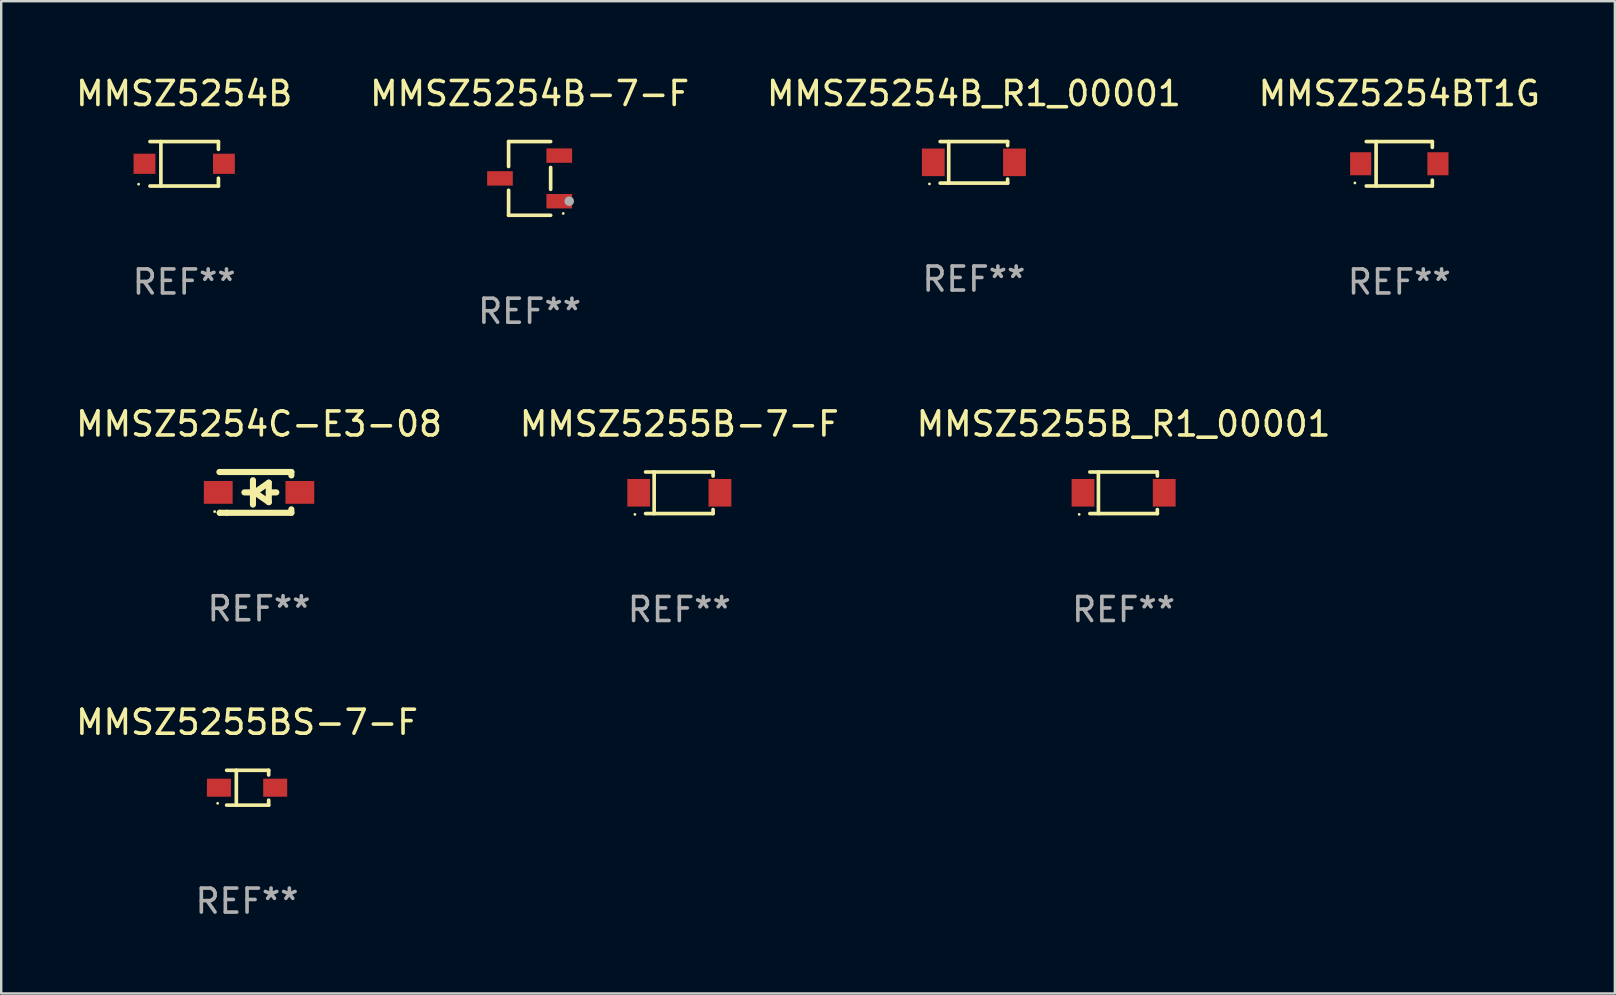
<source format=kicad_pcb>
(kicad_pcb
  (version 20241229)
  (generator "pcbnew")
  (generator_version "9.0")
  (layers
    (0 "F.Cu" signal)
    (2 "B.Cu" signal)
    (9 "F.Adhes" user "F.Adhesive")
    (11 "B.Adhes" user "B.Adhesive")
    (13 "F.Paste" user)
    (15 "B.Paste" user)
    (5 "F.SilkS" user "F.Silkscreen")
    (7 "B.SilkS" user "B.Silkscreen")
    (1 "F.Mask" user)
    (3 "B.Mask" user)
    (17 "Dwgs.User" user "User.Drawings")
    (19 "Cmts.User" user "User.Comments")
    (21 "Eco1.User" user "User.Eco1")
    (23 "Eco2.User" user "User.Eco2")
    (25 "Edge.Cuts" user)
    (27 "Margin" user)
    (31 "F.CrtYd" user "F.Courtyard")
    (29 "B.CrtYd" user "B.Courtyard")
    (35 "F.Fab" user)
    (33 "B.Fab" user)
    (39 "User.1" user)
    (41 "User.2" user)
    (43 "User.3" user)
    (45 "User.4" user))
  (footprint "MMSZ5254BT1G"
    (layer "F.Cu")
    (at 55.256 3.774)
    (property "Reference" "MMSZ5254BT1G" (at 0 -2.926 0) (layer "F.SilkS") (effects (font (size 1 1) (thickness 0.15))))
    (attr through_hole)
    (fp_line (start -1.376 -0.926) (end 1.376 -0.926) (stroke (width 0.152) (type solid)) (layer "F.SilkS"))
    (fp_line (start -1.376 0.926) (end 1.376 0.926) (stroke (width 0.152) (type solid)) (layer "F.SilkS"))
    (fp_line (start -0.967 -0.926) (end -0.967 0.926) (stroke (width 0.152) (type solid)) (layer "F.SilkS"))
    (fp_line (start 1.376 -0.926) (end 1.376 -0.683) (stroke (width 0.152) (type solid)) (layer "F.SilkS"))
    (fp_line (start 1.376 0.926) (end 1.376 0.683) (stroke (width 0.152) (type solid)) (layer "F.SilkS"))
    (fp_circle (center -1.85 0.8) (end -1.82 0.8) (stroke (width 0.06) (type solid)) (fill no) (layer "F.SilkS"))
    (fp_text user "REF**" (at 0 4.926 0) (layer "F.Fab") (effects (font (size 1 1) (thickness 0.15))))
    (pad "1" smd rect (at -1.61 -0.000076) (size 0.88 0.96) (layers "F.Cu" "F.Mask" "F.Paste"))
    (pad "2" smd rect (at 1.61 -0.000076) (size 0.88 0.96) (layers "F.Cu" "F.Mask" "F.Paste")))
  (footprint "MMSZ5254B"
    (layer "F.Cu")
    (at 4.625 3.775)
    (property "Reference" "MMSZ5254B" (at 0 -2.926 0) (layer "F.SilkS") (effects (font (size 1 1) (thickness 0.15))))
    (attr through_hole)
    (fp_line (start -1.426 0.926) (end 1.426 0.926) (stroke (width 0.152) (type solid)) (layer "F.SilkS"))
    (fp_line (start -1.426 -0.926) (end 1.426 -0.926) (stroke (width 0.152) (type solid)) (layer "F.SilkS"))
    (fp_line (start -0.971 0.926) (end -0.971 -0.926) (stroke (width 0.152) (type solid)) (layer "F.SilkS"))
    (fp_line (start 1.426 -0.926) (end 1.426 -0.6) (stroke (width 0.152) (type solid)) (layer "F.SilkS"))
    (fp_line (start 1.426 0.6) (end 1.426 0.926) (stroke (width 0.152) (type solid)) (layer "F.SilkS"))
    (fp_circle (center -1.9 0.85) (end -1.87 0.85) (stroke (width 0.06) (type solid)) (fill no) (layer "F.SilkS"))
    (fp_text user "REF**" (at 0 4.926 0) (layer "F.Fab") (effects (font (size 1 1) (thickness 0.15))))
    (pad "1" smd rect (at -1.655 -0.000064) (size 0.91 0.84) (layers "F.Cu" "F.Mask" "F.Paste"))
    (pad "2" smd rect (at 1.655 -0.000064) (size 0.91 0.84) (layers "F.Cu" "F.Mask" "F.Paste")))
  (footprint "MMSZ5255B_R1_00001"
    (layer "F.Cu")
    (at 43.768 17.483)
    (property "Reference" "MMSZ5255B_R1_00001" (at 0 -2.866 0) (layer "F.SilkS") (effects (font (size 1 1) (thickness 0.15))))
    (attr through_hole)
    (fp_line (start -1.406 -0.866) (end 1.406 -0.866) (stroke (width 0.152) (type solid)) (layer "F.SilkS"))
    (fp_line (start -1.406 0.866) (end 1.406 0.866) (stroke (width 0.152) (type solid)) (layer "F.SilkS"))
    (fp_line (start -1.049 -0.866) (end -1.049 0.866) (stroke (width 0.152) (type solid)) (layer "F.SilkS"))
    (fp_line (start 1.406 -0.866) (end 1.406 -0.698) (stroke (width 0.152) (type solid)) (layer "F.SilkS"))
    (fp_line (start 1.406 0.866) (end 1.406 0.698) (stroke (width 0.152) (type solid)) (layer "F.SilkS"))
    (fp_circle (center -1.851 0.9) (end -1.821 0.9) (stroke (width 0.06) (type solid)) (fill no) (layer "F.SilkS"))
    (fp_text user "REF**" (at 0 4.866 0) (layer "F.Fab") (effects (font (size 1 1) (thickness 0.15))))
    (pad "1" smd rect (at -1.692 0) (size 0.95 1.15) (layers "F.Cu" "F.Mask" "F.Paste"))
    (pad "2" smd rect (at 1.692 0) (size 0.95 1.15) (layers "F.Cu" "F.Mask" "F.Paste")))
  (footprint "MMSZ5255B-7-F"
    (layer "F.Cu")
    (at 25.256 17.483)
    (property "Reference" "MMSZ5255B-7-F" (at 0 -2.866 0) (layer "F.SilkS") (effects (font (size 1 1) (thickness 0.15))))
    (attr through_hole)
    (fp_line (start -1.406 -0.866) (end 1.406 -0.866) (stroke (width 0.152) (type solid)) (layer "F.SilkS"))
    (fp_line (start -1.406 0.866) (end 1.406 0.866) (stroke (width 0.152) (type solid)) (layer "F.SilkS"))
    (fp_line (start -1.049 -0.866) (end -1.049 0.866) (stroke (width 0.152) (type solid)) (layer "F.SilkS"))
    (fp_line (start 1.406 -0.866) (end 1.406 -0.698) (stroke (width 0.152) (type solid)) (layer "F.SilkS"))
    (fp_line (start 1.406 0.866) (end 1.406 0.698) (stroke (width 0.152) (type solid)) (layer "F.SilkS"))
    (fp_circle (center -1.851 0.9) (end -1.821 0.9) (stroke (width 0.06) (type solid)) (fill no) (layer "F.SilkS"))
    (fp_text user "REF**" (at 0 4.866 0) (layer "F.Fab") (effects (font (size 1 1) (thickness 0.15))))
    (pad "1" smd rect (at -1.692 0) (size 0.95 1.15) (layers "F.Cu" "F.Mask" "F.Paste"))
    (pad "2" smd rect (at 1.692 0) (size 0.95 1.15) (layers "F.Cu" "F.Mask" "F.Paste")))
  (footprint "MMSZ5254B-7-F"
    (layer "F.Cu")
    (at 19.018 4.384)
    (property "Reference" "MMSZ5254B-7-F" (at 0 -3.536 0) (layer "F.SilkS") (effects (font (size 1 1) (thickness 0.15))))
    (attr through_hole)
    (fp_line (start -0.876 -1.536) (end -0.876 -0.495) (stroke (width 0.152) (type solid)) (layer "F.SilkS"))
    (fp_line (start -0.876 1.536) (end -0.876 0.495) (stroke (width 0.152) (type solid)) (layer "F.SilkS"))
    (fp_line (start 0.876 -1.536) (end -0.876 -1.536) (stroke (width 0.152) (type solid)) (layer "F.SilkS"))
    (fp_line (start 0.876 -0.455) (end 0.876 0.455) (stroke (width 0.152) (type solid)) (layer "F.SilkS"))
    (fp_line (start 0.876 1.536) (end -0.876 1.536) (stroke (width 0.152) (type solid)) (layer "F.SilkS"))
    (fp_circle (center 1.4 1.46) (end 1.43 1.46) (stroke (width 0.06) (type solid)) (fill no) (layer "F.SilkS"))
    (fp_circle (center 1.651 0.95) (end 1.751 0.95) (stroke (width 0.2) (type solid)) (fill no) (layer "F.Fab"))
    (fp_text user "REF**" (at 0 5.536 0) (layer "F.Fab") (effects (font (size 1 1) (thickness 0.15))))
    (pad "1" smd rect (at 1.235 0.95) (size 1.07 0.6) (layers "F.Cu" "F.Mask" "F.Paste"))
    (pad "2" smd rect (at 1.235 -0.95) (size 1.07 0.6) (layers "F.Cu" "F.Mask" "F.Paste"))
    (pad "3" smd rect (at -1.235 0) (size 1.07 0.6) (layers "F.Cu" "F.Mask" "F.Paste")))
  (footprint "MMSZ5254C-E3-08"
    (layer "F.Cu")
    (at 7.744 17.467)
    (property "Reference" "MMSZ5254C-E3-08" (at 0 -2.85 0) (layer "F.SilkS") (effects (font (size 1 1) (thickness 0.15))))
    (attr through_hole)
    (fp_line (start -1.643 -0.85) (end -1.644 -0.849) (stroke (width 0.254) (type solid)) (layer "F.SilkS"))
    (fp_line (start -1.638 0.85) (end -1.639 0.849) (stroke (width 0.254) (type solid)) (layer "F.SilkS"))
    (fp_line (start -1.346 -0.85) (end -1.643 -0.85) (stroke (width 0.254) (type solid)) (layer "F.SilkS"))
    (fp_line (start -1.346 -0.85) (end 1.346 -0.85) (stroke (width 0.254) (type solid)) (layer "F.SilkS"))
    (fp_line (start -1.346 0.85) (end -1.638 0.85) (stroke (width 0.254) (type solid)) (layer "F.SilkS"))
    (fp_line (start -0.28 0) (end -0.61 0) (stroke (width 0.254) (type solid)) (layer "F.SilkS"))
    (fp_line (start -0.254 -0.508) (end -0.254 0.508) (stroke (width 0.254) (type solid)) (layer "F.SilkS"))
    (fp_line (start -0.178 0) (end 0.406 -0.406) (stroke (width 0.254) (type solid)) (layer "F.SilkS"))
    (fp_line (start 0.406 -0.406) (end 0.406 0.406) (stroke (width 0.254) (type solid)) (layer "F.SilkS"))
    (fp_line (start 0.406 -0.000254) (end 0.72 -0.000254) (stroke (width 0.254) (type solid)) (layer "F.SilkS"))
    (fp_line (start 0.406 0.406) (end -0.178 0) (stroke (width 0.254) (type solid)) (layer "F.SilkS"))
    (fp_line (start 1.346 -0.85) (end 1.346 -0.706) (stroke (width 0.254) (type solid)) (layer "F.SilkS"))
    (fp_line (start 1.346 0.706) (end 1.346 0.85) (stroke (width 0.254) (type solid)) (layer "F.SilkS"))
    (fp_line (start 1.346 0.85) (end -1.346 0.85) (stroke (width 0.254) (type solid)) (layer "F.SilkS"))
    (fp_circle (center -1.85 0.8) (end -1.82 0.8) (stroke (width 0.06) (type solid)) (fill no) (layer "F.SilkS"))
    (fp_text user "REF**" (at 0 4.85 0) (layer "F.Fab") (effects (font (size 1 1) (thickness 0.15))))
    (pad "1" smd rect (at -1.7 0) (size 1.2 0.95) (layers "F.Cu" "F.Mask" "F.Paste"))
    (pad "2" smd rect (at 1.7 0) (size 1.2 0.95) (layers "F.Cu" "F.Mask" "F.Paste")))
  (footprint "MMSZ5255BS-7-F"
    (layer "F.Cu")
    (at 7.244 29.772)
    (property "Reference" "MMSZ5255BS-7-F" (at 0 -2.726 0) (layer "F.SilkS") (effects (font (size 1 1) (thickness 0.15))))
    (attr through_hole)
    (fp_line (start -0.851 -0.726) (end 0.901 -0.726) (stroke (width 0.152) (type solid)) (layer "F.SilkS"))
    (fp_line (start -0.851 0.726) (end 0.901 0.726) (stroke (width 0.152) (type solid)) (layer "F.SilkS"))
    (fp_line (start -0.447 -0.726) (end -0.447 0.726) (stroke (width 0.152) (type solid)) (layer "F.SilkS"))
    (fp_line (start 0.901 -0.726) (end 0.901 -0.53) (stroke (width 0.152) (type solid)) (layer "F.SilkS"))
    (fp_line (start 0.901 0.726) (end 0.901 0.52) (stroke (width 0.152) (type solid)) (layer "F.SilkS"))
    (fp_circle (center -1.225 0.65) (end -1.195 0.65) (stroke (width 0.06) (type solid)) (fill no) (layer "F.SilkS"))
    (fp_text user "REF**" (at 0 4.726 0) (layer "F.Fab") (effects (font (size 1 1) (thickness 0.15))))
    (pad "1" smd rect (at -1.173 0) (size 1 0.75) (layers "F.Cu" "F.Mask" "F.Paste"))
    (pad "2" smd rect (at 1.173 0) (size 1 0.75) (layers "F.Cu" "F.Mask" "F.Paste")))
  (footprint "MMSZ5254B_R1_00001"
    (layer "F.Cu")
    (at 37.53 3.714)
    (property "Reference" "MMSZ5254B_R1_00001" (at 0 -2.866 0) (layer "F.SilkS") (effects (font (size 1 1) (thickness 0.15))))
    (attr through_hole)
    (fp_line (start -1.406 -0.866) (end 1.406 -0.866) (stroke (width 0.152) (type solid)) (layer "F.SilkS"))
    (fp_line (start -1.406 0.866) (end 1.406 0.866) (stroke (width 0.152) (type solid)) (layer "F.SilkS"))
    (fp_line (start -1.049 -0.866) (end -1.049 0.866) (stroke (width 0.152) (type solid)) (layer "F.SilkS"))
    (fp_line (start 1.406 -0.866) (end 1.406 -0.698) (stroke (width 0.152) (type solid)) (layer "F.SilkS"))
    (fp_line (start 1.406 0.866) (end 1.406 0.698) (stroke (width 0.152) (type solid)) (layer "F.SilkS"))
    (fp_circle (center -1.851 0.9) (end -1.821 0.9) (stroke (width 0.06) (type solid)) (fill no) (layer "F.SilkS"))
    (fp_text user "REF**" (at 0 4.866 0) (layer "F.Fab") (effects (font (size 1 1) (thickness 0.15))))
    (pad "1" smd rect (at -1.692 0) (size 0.95 1.15) (layers "F.Cu" "F.Mask" "F.Paste"))
    (pad "2" smd rect (at 1.692 0) (size 0.95 1.15) (layers "F.Cu" "F.Mask" "F.Paste")))
  (gr_rect
    (start -3 -3)
    (end 64.238 38.347)
    (stroke (width 0.1) (type default))
    (fill no)
    (layer "Edge.Cuts")))
</source>
